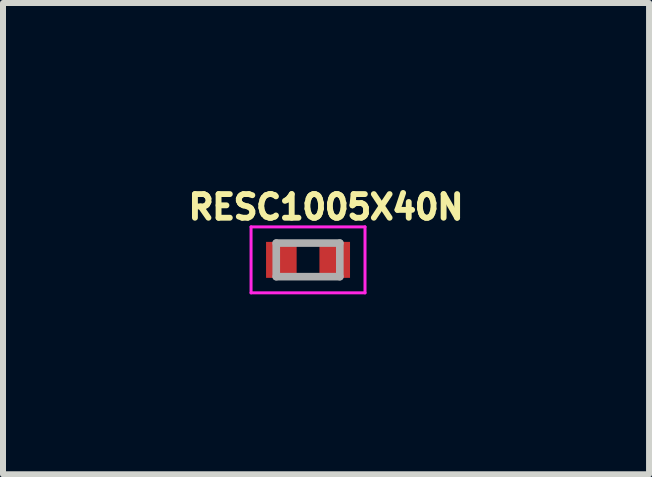
<source format=kicad_pcb>
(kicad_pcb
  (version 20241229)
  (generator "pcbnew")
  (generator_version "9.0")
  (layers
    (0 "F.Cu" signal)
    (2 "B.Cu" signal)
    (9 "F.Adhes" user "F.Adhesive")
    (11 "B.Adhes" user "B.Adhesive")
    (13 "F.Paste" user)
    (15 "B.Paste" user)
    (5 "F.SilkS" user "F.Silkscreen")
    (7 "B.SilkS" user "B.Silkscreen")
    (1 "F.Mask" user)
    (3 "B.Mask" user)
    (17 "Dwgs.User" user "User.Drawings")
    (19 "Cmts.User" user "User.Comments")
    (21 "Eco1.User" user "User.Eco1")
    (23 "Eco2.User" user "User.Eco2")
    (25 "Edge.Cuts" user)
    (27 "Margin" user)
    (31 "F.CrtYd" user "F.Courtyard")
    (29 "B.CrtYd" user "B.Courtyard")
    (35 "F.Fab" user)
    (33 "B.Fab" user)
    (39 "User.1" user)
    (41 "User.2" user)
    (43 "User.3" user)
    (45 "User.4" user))
  (footprint "RESC1005X40N"
    (layer "F.Cu")
    (at 2.086 1.283)
    (property "Reference" "RESC1005X40N" (at 0.3 -0.88 0) (layer "F.SilkS") (effects (font (size 0.394 0.394) (thickness 0.098))))
    (attr smd)
    (fp_line (start -0.95 -0.55) (end 0.95 -0.55) (stroke (width 0.05) (type solid)) (layer "F.CrtYd"))
    (fp_line (start -0.95 0.55) (end -0.95 -0.55) (stroke (width 0.05) (type solid)) (layer "F.CrtYd"))
    (fp_line (start -0.95 0.55) (end 0.95 0.55) (stroke (width 0.05) (type solid)) (layer "F.CrtYd"))
    (fp_line (start 0.95 0.55) (end 0.95 -0.55) (stroke (width 0.05) (type solid)) (layer "F.CrtYd"))
    (fp_line (start -0.53 0.28) (end -0.53 -0.28) (stroke (width 0.127) (type solid)) (layer "F.Fab"))
    (fp_line (start 0.53 -0.28) (end -0.53 -0.28) (stroke (width 0.127) (type solid)) (layer "F.Fab"))
    (fp_line (start 0.53 0.28) (end -0.53 0.28) (stroke (width 0.127) (type solid)) (layer "F.Fab"))
    (fp_line (start 0.53 0.28) (end 0.53 -0.28) (stroke (width 0.127) (type solid)) (layer "F.Fab"))
    (pad "1" smd rect (at -0.445 0) (size 0.51 0.6) (layers "F.Cu" "F.Mask" "F.Paste"))
    (pad "2" smd rect (at 0.445 0) (size 0.51 0.6) (layers "F.Cu" "F.Mask" "F.Paste")))
  (gr_rect
    (start -3 -3)
    (end 7.772 4.858)
    (stroke (width 0.1) (type default))
    (fill no)
    (layer "Edge.Cuts")))
</source>
